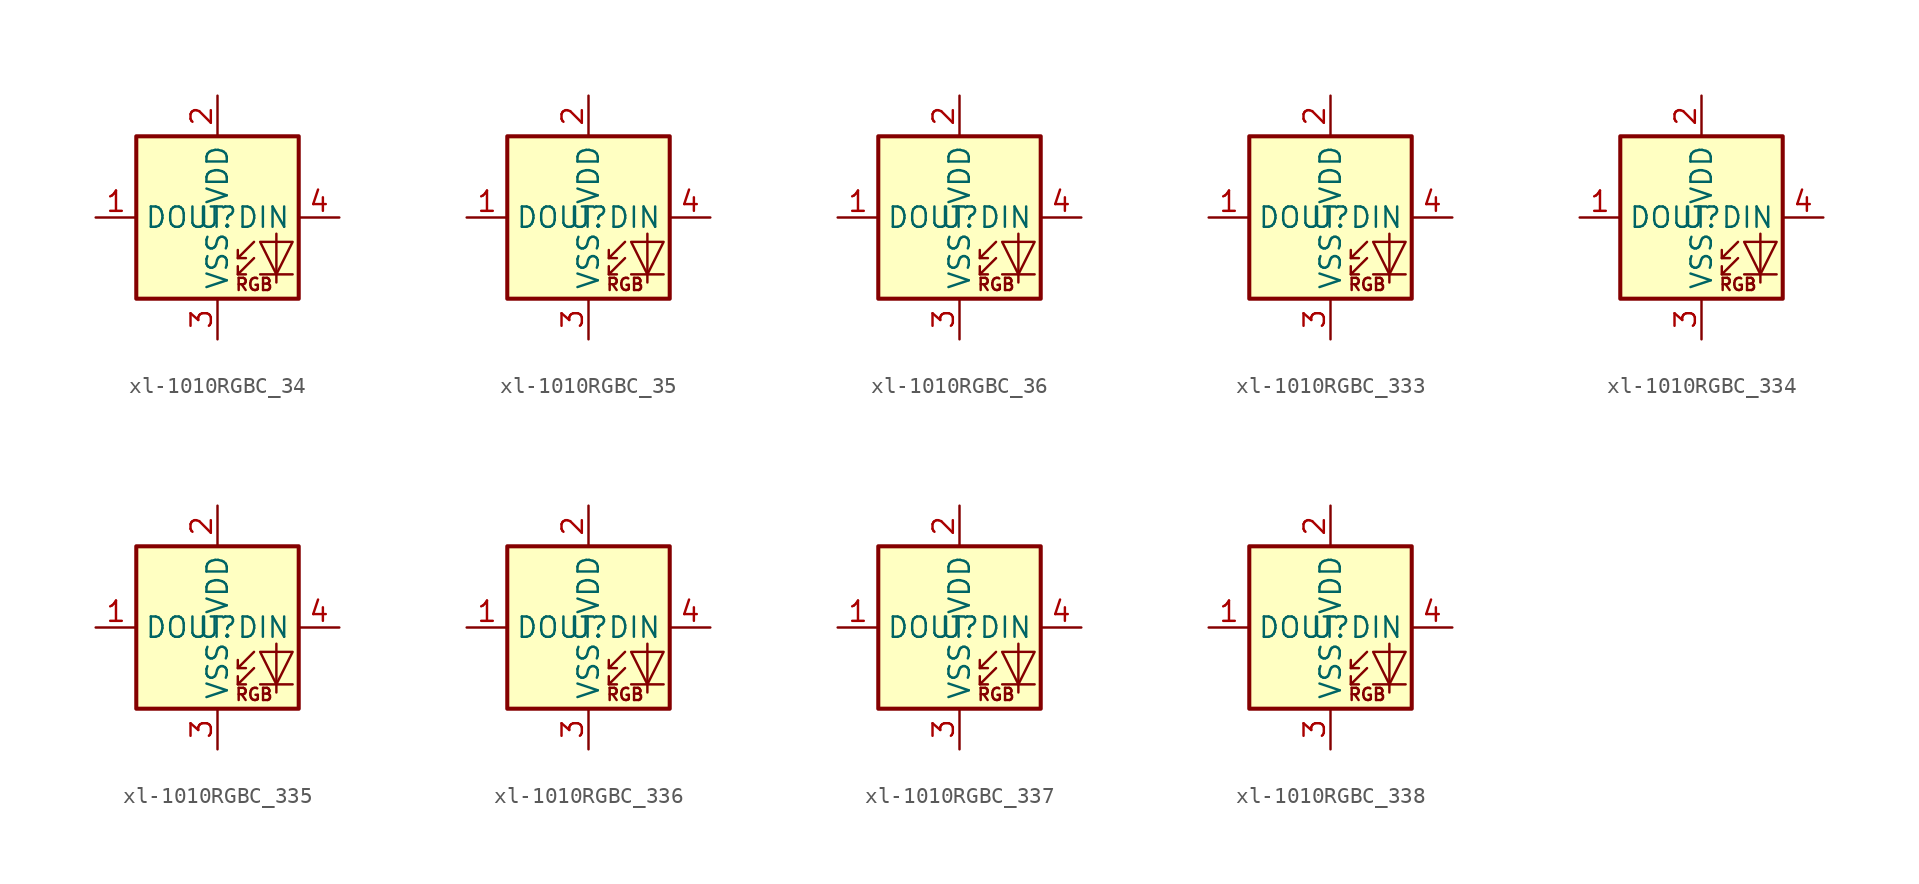
<source format=kicad_sym>
(kicad_symbol_lib
  (version 20231120)
  (generator "kicad_symbol_editor")
  (generator_version "8.0")
  (symbol "xl-1010RGBC_34"
    (property "Reference" "U"
      (at 0 0 0)
      (effects (font (size 1.27 1.27))))
    (property "Value" ""
      (at 0 0 0)
      (effects (font (size 1.27 1.27))))
    (symbol "xl-1010RGBC_34_0_0"
      (text "RGB" (at 2.286 -4.191 0) (effects (font (size 0.762 0.762)))))
    (symbol "xl-1010RGBC_34_0_1"
      (polyline (pts (xy 1.27 -3.556) (xy 1.778 -3.556)) (stroke (width 0) (type default)) (fill (type none)))
      (polyline (pts (xy 1.27 -2.54) (xy 1.778 -2.54)) (stroke (width 0) (type default)) (fill (type none)))
      (polyline (pts (xy 4.699 -3.556) (xy 2.667 -3.556)) (stroke (width 0) (type default)) (fill (type none)))
      (polyline (pts (xy 2.286 -2.54) (xy 1.27 -3.556) (xy 1.27 -3.048)) (stroke (width 0) (type default)) (fill (type none)))
      (polyline (pts (xy 2.286 -1.524) (xy 1.27 -2.54) (xy 1.27 -2.032)) (stroke (width 0) (type default)) (fill (type none)))
      (polyline (pts (xy 3.683 -1.016) (xy 3.683 -3.556) (xy 3.683 -4.064)) (stroke (width 0) (type default)) (fill (type none)))
      (polyline (pts (xy 4.699 -1.524) (xy 2.667 -1.524) (xy 3.683 -3.556) (xy 4.699 -1.524)) (stroke (width 0) (type default)) (fill (type none)))
      (rectangle (start 5.08 5.08) (end -5.08 -5.08) (stroke (width 0.254) (type default)) (fill (type background))))
    (symbol "xl-1010RGBC_34_1_1"
      (pin output line (at -7.62 0 0) (length 2.54) (name "DOUT" (effects (font (size 1.27 1.27)))) (number "1" (effects (font (size 1.27 1.27)))))
      (pin power_in line (at 0 7.62 270) (length 2.54) (name "VDD" (effects (font (size 1.27 1.27)))) (number "2" (effects (font (size 1.27 1.27)))))
      (pin power_in line (at 0 -7.62 90) (length 2.54) (name "VSS" (effects (font (size 1.27 1.27)))) (number "3" (effects (font (size 1.27 1.27)))))
      (pin input line (at 7.62 0 180) (length 2.54) (name "DIN" (effects (font (size 1.27 1.27)))) (number "4" (effects (font (size 1.27 1.27)))))))
  (symbol "xl-1010RGBC_35"
    (property "Reference" "U"
      (at 0 0 0)
      (effects (font (size 1.27 1.27))))
    (property "Value" ""
      (at 0 0 0)
      (effects (font (size 1.27 1.27))))
    (symbol "xl-1010RGBC_35_0_0"
      (text "RGB" (at 2.286 -4.191 0) (effects (font (size 0.762 0.762)))))
    (symbol "xl-1010RGBC_35_0_1"
      (polyline (pts (xy 1.27 -3.556) (xy 1.778 -3.556)) (stroke (width 0) (type default)) (fill (type none)))
      (polyline (pts (xy 1.27 -2.54) (xy 1.778 -2.54)) (stroke (width 0) (type default)) (fill (type none)))
      (polyline (pts (xy 4.699 -3.556) (xy 2.667 -3.556)) (stroke (width 0) (type default)) (fill (type none)))
      (polyline (pts (xy 2.286 -2.54) (xy 1.27 -3.556) (xy 1.27 -3.048)) (stroke (width 0) (type default)) (fill (type none)))
      (polyline (pts (xy 2.286 -1.524) (xy 1.27 -2.54) (xy 1.27 -2.032)) (stroke (width 0) (type default)) (fill (type none)))
      (polyline (pts (xy 3.683 -1.016) (xy 3.683 -3.556) (xy 3.683 -4.064)) (stroke (width 0) (type default)) (fill (type none)))
      (polyline (pts (xy 4.699 -1.524) (xy 2.667 -1.524) (xy 3.683 -3.556) (xy 4.699 -1.524)) (stroke (width 0) (type default)) (fill (type none)))
      (rectangle (start 5.08 5.08) (end -5.08 -5.08) (stroke (width 0.254) (type default)) (fill (type background))))
    (symbol "xl-1010RGBC_35_1_1"
      (pin output line (at -7.62 0 0) (length 2.54) (name "DOUT" (effects (font (size 1.27 1.27)))) (number "1" (effects (font (size 1.27 1.27)))))
      (pin power_in line (at 0 7.62 270) (length 2.54) (name "VDD" (effects (font (size 1.27 1.27)))) (number "2" (effects (font (size 1.27 1.27)))))
      (pin power_in line (at 0 -7.62 90) (length 2.54) (name "VSS" (effects (font (size 1.27 1.27)))) (number "3" (effects (font (size 1.27 1.27)))))
      (pin input line (at 7.62 0 180) (length 2.54) (name "DIN" (effects (font (size 1.27 1.27)))) (number "4" (effects (font (size 1.27 1.27)))))))
  (symbol "xl-1010RGBC_36"
    (property "Reference" "U"
      (at 0 0 0)
      (effects (font (size 1.27 1.27))))
    (property "Value" ""
      (at 0 0 0)
      (effects (font (size 1.27 1.27))))
    (symbol "xl-1010RGBC_36_0_0"
      (text "RGB" (at 2.286 -4.191 0) (effects (font (size 0.762 0.762)))))
    (symbol "xl-1010RGBC_36_0_1"
      (polyline (pts (xy 1.27 -3.556) (xy 1.778 -3.556)) (stroke (width 0) (type default)) (fill (type none)))
      (polyline (pts (xy 1.27 -2.54) (xy 1.778 -2.54)) (stroke (width 0) (type default)) (fill (type none)))
      (polyline (pts (xy 4.699 -3.556) (xy 2.667 -3.556)) (stroke (width 0) (type default)) (fill (type none)))
      (polyline (pts (xy 2.286 -2.54) (xy 1.27 -3.556) (xy 1.27 -3.048)) (stroke (width 0) (type default)) (fill (type none)))
      (polyline (pts (xy 2.286 -1.524) (xy 1.27 -2.54) (xy 1.27 -2.032)) (stroke (width 0) (type default)) (fill (type none)))
      (polyline (pts (xy 3.683 -1.016) (xy 3.683 -3.556) (xy 3.683 -4.064)) (stroke (width 0) (type default)) (fill (type none)))
      (polyline (pts (xy 4.699 -1.524) (xy 2.667 -1.524) (xy 3.683 -3.556) (xy 4.699 -1.524)) (stroke (width 0) (type default)) (fill (type none)))
      (rectangle (start 5.08 5.08) (end -5.08 -5.08) (stroke (width 0.254) (type default)) (fill (type background))))
    (symbol "xl-1010RGBC_36_1_1"
      (pin output line (at -7.62 0 0) (length 2.54) (name "DOUT" (effects (font (size 1.27 1.27)))) (number "1" (effects (font (size 1.27 1.27)))))
      (pin power_in line (at 0 7.62 270) (length 2.54) (name "VDD" (effects (font (size 1.27 1.27)))) (number "2" (effects (font (size 1.27 1.27)))))
      (pin power_in line (at 0 -7.62 90) (length 2.54) (name "VSS" (effects (font (size 1.27 1.27)))) (number "3" (effects (font (size 1.27 1.27)))))
      (pin input line (at 7.62 0 180) (length 2.54) (name "DIN" (effects (font (size 1.27 1.27)))) (number "4" (effects (font (size 1.27 1.27)))))))
  (symbol "xl-1010RGBC_333"
    (property "Reference" "U"
      (at 0 0 0)
      (effects (font (size 1.27 1.27))))
    (property "Value" ""
      (at 0 0 0)
      (effects (font (size 1.27 1.27))))
    (symbol "xl-1010RGBC_333_0_0"
      (text "RGB" (at 2.286 -4.191 0) (effects (font (size 0.762 0.762)))))
    (symbol "xl-1010RGBC_333_0_1"
      (polyline (pts (xy 1.27 -3.556) (xy 1.778 -3.556)) (stroke (width 0) (type default)) (fill (type none)))
      (polyline (pts (xy 1.27 -2.54) (xy 1.778 -2.54)) (stroke (width 0) (type default)) (fill (type none)))
      (polyline (pts (xy 4.699 -3.556) (xy 2.667 -3.556)) (stroke (width 0) (type default)) (fill (type none)))
      (polyline (pts (xy 2.286 -2.54) (xy 1.27 -3.556) (xy 1.27 -3.048)) (stroke (width 0) (type default)) (fill (type none)))
      (polyline (pts (xy 2.286 -1.524) (xy 1.27 -2.54) (xy 1.27 -2.032)) (stroke (width 0) (type default)) (fill (type none)))
      (polyline (pts (xy 3.683 -1.016) (xy 3.683 -3.556) (xy 3.683 -4.064)) (stroke (width 0) (type default)) (fill (type none)))
      (polyline (pts (xy 4.699 -1.524) (xy 2.667 -1.524) (xy 3.683 -3.556) (xy 4.699 -1.524)) (stroke (width 0) (type default)) (fill (type none)))
      (rectangle (start 5.08 5.08) (end -5.08 -5.08) (stroke (width 0.254) (type default)) (fill (type background))))
    (symbol "xl-1010RGBC_333_1_1"
      (pin output line (at -7.62 0 0) (length 2.54) (name "DOUT" (effects (font (size 1.27 1.27)))) (number "1" (effects (font (size 1.27 1.27)))))
      (pin power_in line (at 0 7.62 270) (length 2.54) (name "VDD" (effects (font (size 1.27 1.27)))) (number "2" (effects (font (size 1.27 1.27)))))
      (pin power_in line (at 0 -7.62 90) (length 2.54) (name "VSS" (effects (font (size 1.27 1.27)))) (number "3" (effects (font (size 1.27 1.27)))))
      (pin input line (at 7.62 0 180) (length 2.54) (name "DIN" (effects (font (size 1.27 1.27)))) (number "4" (effects (font (size 1.27 1.27)))))))
  (symbol "xl-1010RGBC_334"
    (property "Reference" "U"
      (at 0 0 0)
      (effects (font (size 1.27 1.27))))
    (property "Value" ""
      (at 0 0 0)
      (effects (font (size 1.27 1.27))))
    (symbol "xl-1010RGBC_334_0_0"
      (text "RGB" (at 2.286 -4.191 0) (effects (font (size 0.762 0.762)))))
    (symbol "xl-1010RGBC_334_0_1"
      (polyline (pts (xy 1.27 -3.556) (xy 1.778 -3.556)) (stroke (width 0) (type default)) (fill (type none)))
      (polyline (pts (xy 1.27 -2.54) (xy 1.778 -2.54)) (stroke (width 0) (type default)) (fill (type none)))
      (polyline (pts (xy 4.699 -3.556) (xy 2.667 -3.556)) (stroke (width 0) (type default)) (fill (type none)))
      (polyline (pts (xy 2.286 -2.54) (xy 1.27 -3.556) (xy 1.27 -3.048)) (stroke (width 0) (type default)) (fill (type none)))
      (polyline (pts (xy 2.286 -1.524) (xy 1.27 -2.54) (xy 1.27 -2.032)) (stroke (width 0) (type default)) (fill (type none)))
      (polyline (pts (xy 3.683 -1.016) (xy 3.683 -3.556) (xy 3.683 -4.064)) (stroke (width 0) (type default)) (fill (type none)))
      (polyline (pts (xy 4.699 -1.524) (xy 2.667 -1.524) (xy 3.683 -3.556) (xy 4.699 -1.524)) (stroke (width 0) (type default)) (fill (type none)))
      (rectangle (start 5.08 5.08) (end -5.08 -5.08) (stroke (width 0.254) (type default)) (fill (type background))))
    (symbol "xl-1010RGBC_334_1_1"
      (pin output line (at -7.62 0 0) (length 2.54) (name "DOUT" (effects (font (size 1.27 1.27)))) (number "1" (effects (font (size 1.27 1.27)))))
      (pin power_in line (at 0 7.62 270) (length 2.54) (name "VDD" (effects (font (size 1.27 1.27)))) (number "2" (effects (font (size 1.27 1.27)))))
      (pin power_in line (at 0 -7.62 90) (length 2.54) (name "VSS" (effects (font (size 1.27 1.27)))) (number "3" (effects (font (size 1.27 1.27)))))
      (pin input line (at 7.62 0 180) (length 2.54) (name "DIN" (effects (font (size 1.27 1.27)))) (number "4" (effects (font (size 1.27 1.27)))))))
  (symbol "xl-1010RGBC_335"
    (property "Reference" "U"
      (at 0 0 0)
      (effects (font (size 1.27 1.27))))
    (property "Value" ""
      (at 0 0 0)
      (effects (font (size 1.27 1.27))))
    (symbol "xl-1010RGBC_335_0_0"
      (text "RGB" (at 2.286 -4.191 0) (effects (font (size 0.762 0.762)))))
    (symbol "xl-1010RGBC_335_0_1"
      (polyline (pts (xy 1.27 -3.556) (xy 1.778 -3.556)) (stroke (width 0) (type default)) (fill (type none)))
      (polyline (pts (xy 1.27 -2.54) (xy 1.778 -2.54)) (stroke (width 0) (type default)) (fill (type none)))
      (polyline (pts (xy 4.699 -3.556) (xy 2.667 -3.556)) (stroke (width 0) (type default)) (fill (type none)))
      (polyline (pts (xy 2.286 -2.54) (xy 1.27 -3.556) (xy 1.27 -3.048)) (stroke (width 0) (type default)) (fill (type none)))
      (polyline (pts (xy 2.286 -1.524) (xy 1.27 -2.54) (xy 1.27 -2.032)) (stroke (width 0) (type default)) (fill (type none)))
      (polyline (pts (xy 3.683 -1.016) (xy 3.683 -3.556) (xy 3.683 -4.064)) (stroke (width 0) (type default)) (fill (type none)))
      (polyline (pts (xy 4.699 -1.524) (xy 2.667 -1.524) (xy 3.683 -3.556) (xy 4.699 -1.524)) (stroke (width 0) (type default)) (fill (type none)))
      (rectangle (start 5.08 5.08) (end -5.08 -5.08) (stroke (width 0.254) (type default)) (fill (type background))))
    (symbol "xl-1010RGBC_335_1_1"
      (pin output line (at -7.62 0 0) (length 2.54) (name "DOUT" (effects (font (size 1.27 1.27)))) (number "1" (effects (font (size 1.27 1.27)))))
      (pin power_in line (at 0 7.62 270) (length 2.54) (name "VDD" (effects (font (size 1.27 1.27)))) (number "2" (effects (font (size 1.27 1.27)))))
      (pin power_in line (at 0 -7.62 90) (length 2.54) (name "VSS" (effects (font (size 1.27 1.27)))) (number "3" (effects (font (size 1.27 1.27)))))
      (pin input line (at 7.62 0 180) (length 2.54) (name "DIN" (effects (font (size 1.27 1.27)))) (number "4" (effects (font (size 1.27 1.27)))))))
  (symbol "xl-1010RGBC_336"
    (property "Reference" "U"
      (at 0 0 0)
      (effects (font (size 1.27 1.27))))
    (property "Value" ""
      (at 0 0 0)
      (effects (font (size 1.27 1.27))))
    (symbol "xl-1010RGBC_336_0_0"
      (text "RGB" (at 2.286 -4.191 0) (effects (font (size 0.762 0.762)))))
    (symbol "xl-1010RGBC_336_0_1"
      (polyline (pts (xy 1.27 -3.556) (xy 1.778 -3.556)) (stroke (width 0) (type default)) (fill (type none)))
      (polyline (pts (xy 1.27 -2.54) (xy 1.778 -2.54)) (stroke (width 0) (type default)) (fill (type none)))
      (polyline (pts (xy 4.699 -3.556) (xy 2.667 -3.556)) (stroke (width 0) (type default)) (fill (type none)))
      (polyline (pts (xy 2.286 -2.54) (xy 1.27 -3.556) (xy 1.27 -3.048)) (stroke (width 0) (type default)) (fill (type none)))
      (polyline (pts (xy 2.286 -1.524) (xy 1.27 -2.54) (xy 1.27 -2.032)) (stroke (width 0) (type default)) (fill (type none)))
      (polyline (pts (xy 3.683 -1.016) (xy 3.683 -3.556) (xy 3.683 -4.064)) (stroke (width 0) (type default)) (fill (type none)))
      (polyline (pts (xy 4.699 -1.524) (xy 2.667 -1.524) (xy 3.683 -3.556) (xy 4.699 -1.524)) (stroke (width 0) (type default)) (fill (type none)))
      (rectangle (start 5.08 5.08) (end -5.08 -5.08) (stroke (width 0.254) (type default)) (fill (type background))))
    (symbol "xl-1010RGBC_336_1_1"
      (pin output line (at -7.62 0 0) (length 2.54) (name "DOUT" (effects (font (size 1.27 1.27)))) (number "1" (effects (font (size 1.27 1.27)))))
      (pin power_in line (at 0 7.62 270) (length 2.54) (name "VDD" (effects (font (size 1.27 1.27)))) (number "2" (effects (font (size 1.27 1.27)))))
      (pin power_in line (at 0 -7.62 90) (length 2.54) (name "VSS" (effects (font (size 1.27 1.27)))) (number "3" (effects (font (size 1.27 1.27)))))
      (pin input line (at 7.62 0 180) (length 2.54) (name "DIN" (effects (font (size 1.27 1.27)))) (number "4" (effects (font (size 1.27 1.27)))))))
  (symbol "xl-1010RGBC_337"
    (property "Reference" "U"
      (at 0 0 0)
      (effects (font (size 1.27 1.27))))
    (property "Value" ""
      (at 0 0 0)
      (effects (font (size 1.27 1.27))))
    (symbol "xl-1010RGBC_337_0_0"
      (text "RGB" (at 2.286 -4.191 0) (effects (font (size 0.762 0.762)))))
    (symbol "xl-1010RGBC_337_0_1"
      (polyline (pts (xy 1.27 -3.556) (xy 1.778 -3.556)) (stroke (width 0) (type default)) (fill (type none)))
      (polyline (pts (xy 1.27 -2.54) (xy 1.778 -2.54)) (stroke (width 0) (type default)) (fill (type none)))
      (polyline (pts (xy 4.699 -3.556) (xy 2.667 -3.556)) (stroke (width 0) (type default)) (fill (type none)))
      (polyline (pts (xy 2.286 -2.54) (xy 1.27 -3.556) (xy 1.27 -3.048)) (stroke (width 0) (type default)) (fill (type none)))
      (polyline (pts (xy 2.286 -1.524) (xy 1.27 -2.54) (xy 1.27 -2.032)) (stroke (width 0) (type default)) (fill (type none)))
      (polyline (pts (xy 3.683 -1.016) (xy 3.683 -3.556) (xy 3.683 -4.064)) (stroke (width 0) (type default)) (fill (type none)))
      (polyline (pts (xy 4.699 -1.524) (xy 2.667 -1.524) (xy 3.683 -3.556) (xy 4.699 -1.524)) (stroke (width 0) (type default)) (fill (type none)))
      (rectangle (start 5.08 5.08) (end -5.08 -5.08) (stroke (width 0.254) (type default)) (fill (type background))))
    (symbol "xl-1010RGBC_337_1_1"
      (pin output line (at -7.62 0 0) (length 2.54) (name "DOUT" (effects (font (size 1.27 1.27)))) (number "1" (effects (font (size 1.27 1.27)))))
      (pin power_in line (at 0 7.62 270) (length 2.54) (name "VDD" (effects (font (size 1.27 1.27)))) (number "2" (effects (font (size 1.27 1.27)))))
      (pin power_in line (at 0 -7.62 90) (length 2.54) (name "VSS" (effects (font (size 1.27 1.27)))) (number "3" (effects (font (size 1.27 1.27)))))
      (pin input line (at 7.62 0 180) (length 2.54) (name "DIN" (effects (font (size 1.27 1.27)))) (number "4" (effects (font (size 1.27 1.27)))))))
  (symbol "xl-1010RGBC_338"
    (property "Reference" "U"
      (at 0 0 0)
      (effects (font (size 1.27 1.27))))
    (property "Value" ""
      (at 0 0 0)
      (effects (font (size 1.27 1.27))))
    (symbol "xl-1010RGBC_338_0_0"
      (text "RGB" (at 2.286 -4.191 0) (effects (font (size 0.762 0.762)))))
    (symbol "xl-1010RGBC_338_0_1"
      (polyline (pts (xy 1.27 -3.556) (xy 1.778 -3.556)) (stroke (width 0) (type default)) (fill (type none)))
      (polyline (pts (xy 1.27 -2.54) (xy 1.778 -2.54)) (stroke (width 0) (type default)) (fill (type none)))
      (polyline (pts (xy 4.699 -3.556) (xy 2.667 -3.556)) (stroke (width 0) (type default)) (fill (type none)))
      (polyline (pts (xy 2.286 -2.54) (xy 1.27 -3.556) (xy 1.27 -3.048)) (stroke (width 0) (type default)) (fill (type none)))
      (polyline (pts (xy 2.286 -1.524) (xy 1.27 -2.54) (xy 1.27 -2.032)) (stroke (width 0) (type default)) (fill (type none)))
      (polyline (pts (xy 3.683 -1.016) (xy 3.683 -3.556) (xy 3.683 -4.064)) (stroke (width 0) (type default)) (fill (type none)))
      (polyline (pts (xy 4.699 -1.524) (xy 2.667 -1.524) (xy 3.683 -3.556) (xy 4.699 -1.524)) (stroke (width 0) (type default)) (fill (type none)))
      (rectangle (start 5.08 5.08) (end -5.08 -5.08) (stroke (width 0.254) (type default)) (fill (type background))))
    (symbol "xl-1010RGBC_338_1_1"
      (pin output line (at -7.62 0 0) (length 2.54) (name "DOUT" (effects (font (size 1.27 1.27)))) (number "1" (effects (font (size 1.27 1.27)))))
      (pin power_in line (at 0 7.62 270) (length 2.54) (name "VDD" (effects (font (size 1.27 1.27)))) (number "2" (effects (font (size 1.27 1.27)))))
      (pin power_in line (at 0 -7.62 90) (length 2.54) (name "VSS" (effects (font (size 1.27 1.27)))) (number "3" (effects (font (size 1.27 1.27)))))
      (pin input line (at 7.62 0 180) (length 2.54) (name "DIN" (effects (font (size 1.27 1.27)))) (number "4" (effects (font (size 1.27 1.27))))))))
</source>
